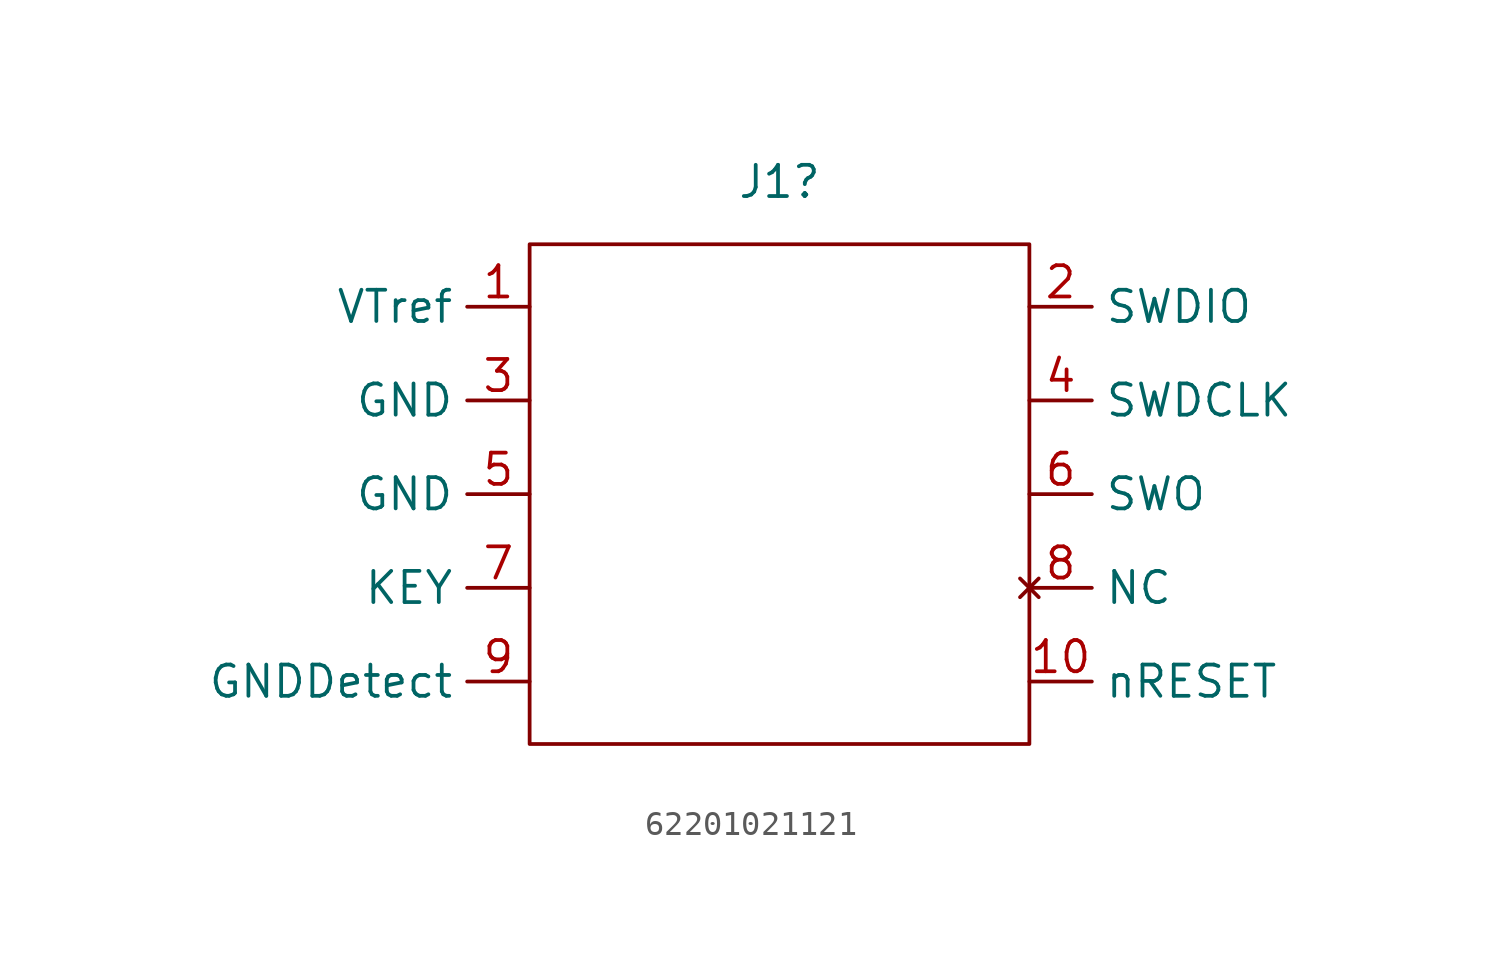
<source format=kicad_sym>
(kicad_symbol_lib
  (version 20220914)
  (generator kicad_symbol_editor)
  (symbol "62201021121"
    (property "Reference" "J1"
      (at 0 12.7 0)
      (effects (font (size 1.27 1.27))))
    (symbol "62201021121_0_1"
      (rectangle (start -10.16 10.16) (end 10.16 -10.16) (stroke (width 0) (type default)) (fill (type none))))
    (symbol "62201021121_1_1"
      (pin power_in line (at -10.16 7.62 180) (length 2.54) (name "VTref" (effects (font (size 1.27 1.27)))) (number "1" (effects (font (size 1.27 1.27)))))
      (pin input line (at 10.16 -7.62 0) (length 2.54) (name "nRESET" (effects (font (size 1.27 1.27)))) (number "10" (effects (font (size 1.27 1.27)))))
      (pin bidirectional line (at 10.16 7.62 0) (length 2.54) (name "SWDIO" (effects (font (size 1.27 1.27)))) (number "2" (effects (font (size 1.27 1.27)))))
      (pin power_out line (at -10.16 3.81 180) (length 2.54) (name "GND" (effects (font (size 1.27 1.27)))) (number "3" (effects (font (size 1.27 1.27)))))
      (pin input line (at 10.16 3.81 0) (length 2.54) (name "SWDCLK" (effects (font (size 1.27 1.27)))) (number "4" (effects (font (size 1.27 1.27)))))
      (pin power_out line (at -10.16 0 180) (length 2.54) (name "GND" (effects (font (size 1.27 1.27)))) (number "5" (effects (font (size 1.27 1.27)))))
      (pin output line (at 10.16 0 0) (length 2.54) (name "SWO" (effects (font (size 1.27 1.27)))) (number "6" (effects (font (size 1.27 1.27)))))
      (pin input line (at -10.16 -3.81 180) (length 2.54) (name "KEY" (effects (font (size 1.27 1.27)))) (number "7" (effects (font (size 1.27 1.27)))))
      (pin no_connect line (at 10.16 -3.81 0) (length 2.54) (name "NC" (effects (font (size 1.27 1.27)))) (number "8" (effects (font (size 1.27 1.27)))))
      (pin power_out line (at -10.16 -7.62 180) (length 2.54) (name "GNDDetect" (effects (font (size 1.27 1.27)))) (number "9" (effects (font (size 1.27 1.27))))))))
</source>
